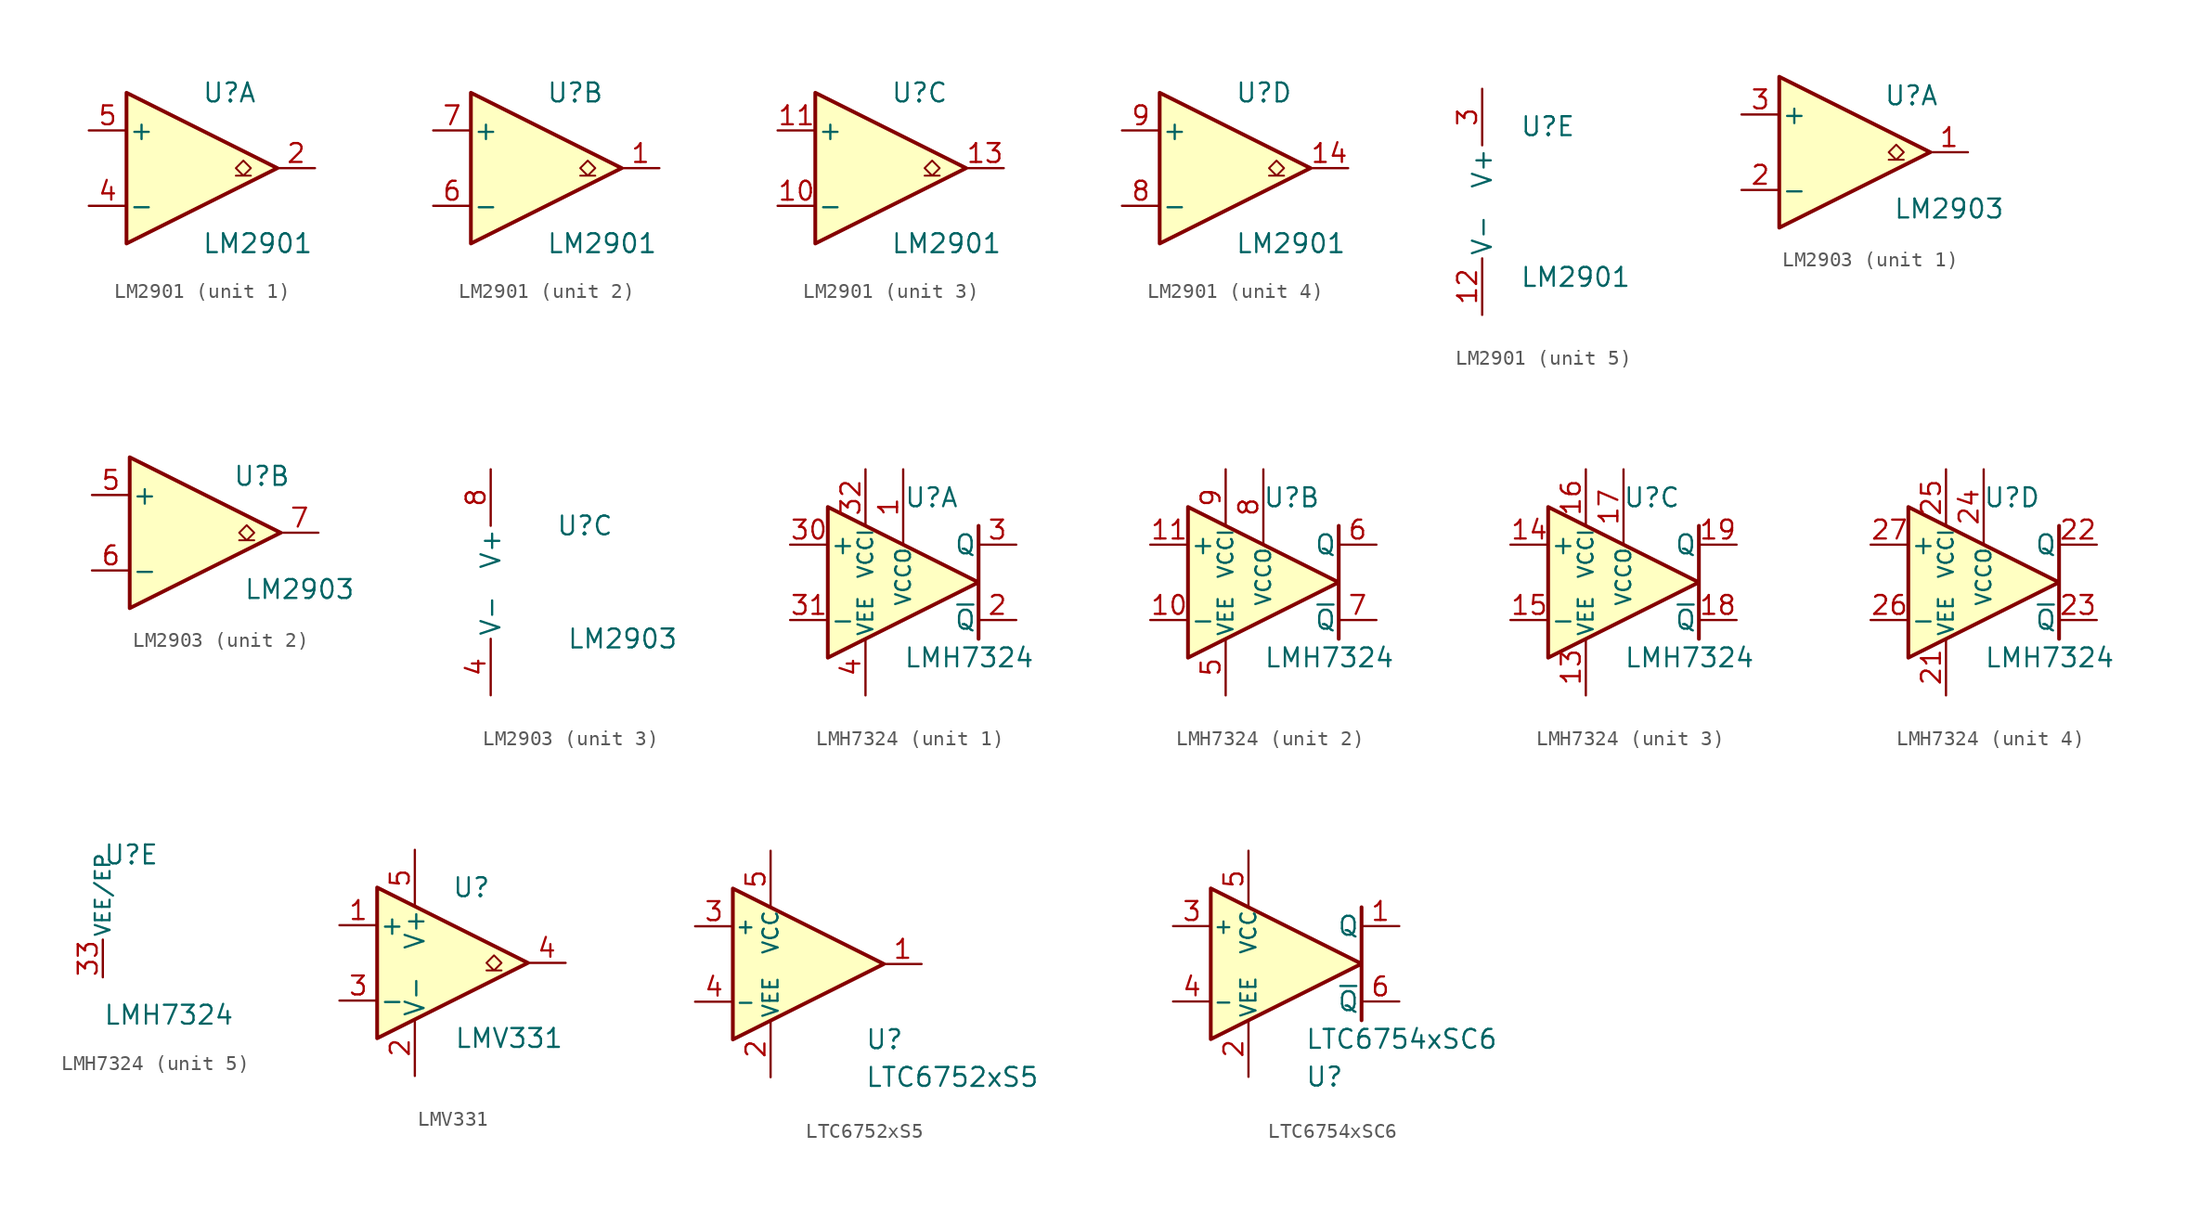
<source format=kicad_sym>
(kicad_symbol_lib
  (version 20231120)
  (generator "kicad_symbol_editor")
  (generator_version "8.0")
  (symbol "LM2901"
    (pin_names
      (offset 0.127))
    (property "Reference" "U"
      (at 0 5.08 0)
      (effects (font (size 1.27 1.27)) (justify left)))
    (property "Value" "LM2901"
      (at 0 -5.08 0)
      (effects (font (size 1.27 1.27)) (justify left)))
    (property "ki_locked" ""
      (at 0 0 0)
      (effects (font (size 1.27 1.27))))
    (symbol "LM2901_1_1"
      (polyline (pts (xy -5.08 5.08) (xy 5.08 0) (xy -5.08 -5.08) (xy -5.08 5.08)) (stroke (width 0.254) (type default)) (fill (type background)))
      (polyline (pts (xy 3.302 -0.508) (xy 2.794 -0.508) (xy 3.302 0) (xy 2.794 0.508) (xy 2.286 0) (xy 2.794 -0.508) (xy 2.286 -0.508)) (stroke (width 0.127) (type default)) (fill (type none)))
      (pin open_collector line (at 7.62 0 180) (length 2.54) (name "~" (effects (font (size 1.27 1.27)))) (number "2" (effects (font (size 1.27 1.27)))))
      (pin input line (at -7.62 -2.54 0) (length 2.54) (name "-" (effects (font (size 1.27 1.27)))) (number "4" (effects (font (size 1.27 1.27)))))
      (pin input line (at -7.62 2.54 0) (length 2.54) (name "+" (effects (font (size 1.27 1.27)))) (number "5" (effects (font (size 1.27 1.27))))))
    (symbol "LM2901_2_1"
      (polyline (pts (xy -5.08 5.08) (xy 5.08 0) (xy -5.08 -5.08) (xy -5.08 5.08)) (stroke (width 0.254) (type default)) (fill (type background)))
      (polyline (pts (xy 3.302 -0.508) (xy 2.794 -0.508) (xy 3.302 0) (xy 2.794 0.508) (xy 2.286 0) (xy 2.794 -0.508) (xy 2.286 -0.508)) (stroke (width 0.127) (type default)) (fill (type none)))
      (pin open_collector line (at 7.62 0 180) (length 2.54) (name "~" (effects (font (size 1.27 1.27)))) (number "1" (effects (font (size 1.27 1.27)))))
      (pin input line (at -7.62 -2.54 0) (length 2.54) (name "-" (effects (font (size 1.27 1.27)))) (number "6" (effects (font (size 1.27 1.27)))))
      (pin input line (at -7.62 2.54 0) (length 2.54) (name "+" (effects (font (size 1.27 1.27)))) (number "7" (effects (font (size 1.27 1.27))))))
    (symbol "LM2901_3_1"
      (polyline (pts (xy -5.08 5.08) (xy 5.08 0) (xy -5.08 -5.08) (xy -5.08 5.08)) (stroke (width 0.254) (type default)) (fill (type background)))
      (polyline (pts (xy 3.302 -0.508) (xy 2.794 -0.508) (xy 3.302 0) (xy 2.794 0.508) (xy 2.286 0) (xy 2.794 -0.508) (xy 2.286 -0.508)) (stroke (width 0.127) (type default)) (fill (type none)))
      (pin input line (at -7.62 -2.54 0) (length 2.54) (name "-" (effects (font (size 1.27 1.27)))) (number "10" (effects (font (size 1.27 1.27)))))
      (pin input line (at -7.62 2.54 0) (length 2.54) (name "+" (effects (font (size 1.27 1.27)))) (number "11" (effects (font (size 1.27 1.27)))))
      (pin open_collector line (at 7.62 0 180) (length 2.54) (name "~" (effects (font (size 1.27 1.27)))) (number "13" (effects (font (size 1.27 1.27))))))
    (symbol "LM2901_4_1"
      (polyline (pts (xy -5.08 5.08) (xy 5.08 0) (xy -5.08 -5.08) (xy -5.08 5.08)) (stroke (width 0.254) (type default)) (fill (type background)))
      (polyline (pts (xy 3.302 -0.508) (xy 2.794 -0.508) (xy 3.302 0) (xy 2.794 0.508) (xy 2.286 0) (xy 2.794 -0.508) (xy 2.286 -0.508)) (stroke (width 0.127) (type default)) (fill (type none)))
      (pin open_collector line (at 7.62 0 180) (length 2.54) (name "~" (effects (font (size 1.27 1.27)))) (number "14" (effects (font (size 1.27 1.27)))))
      (pin input line (at -7.62 -2.54 0) (length 2.54) (name "-" (effects (font (size 1.27 1.27)))) (number "8" (effects (font (size 1.27 1.27)))))
      (pin input line (at -7.62 2.54 0) (length 2.54) (name "+" (effects (font (size 1.27 1.27)))) (number "9" (effects (font (size 1.27 1.27))))))
    (symbol "LM2901_5_1"
      (pin power_in line (at -2.54 -7.62 90) (length 3.81) (name "V-" (effects (font (size 1.27 1.27)))) (number "12" (effects (font (size 1.27 1.27)))))
      (pin power_in line (at -2.54 7.62 270) (length 3.81) (name "V+" (effects (font (size 1.27 1.27)))) (number "3" (effects (font (size 1.27 1.27)))))))
  (symbol "LM2903"
    (pin_names
      (offset 0.127))
    (property "Reference" "U"
      (at 3.81 3.81 0)
      (effects (font (size 1.27 1.27))))
    (property "Value" "LM2903"
      (at 6.35 -3.81 0)
      (effects (font (size 1.27 1.27))))
    (property "ki_locked" ""
      (at 0 0 0)
      (effects (font (size 1.27 1.27))))
    (symbol "LM2903_1_1"
      (polyline (pts (xy -5.08 5.08) (xy 5.08 0) (xy -5.08 -5.08) (xy -5.08 5.08)) (stroke (width 0.254) (type default)) (fill (type background)))
      (polyline (pts (xy 3.302 -0.508) (xy 2.794 -0.508) (xy 3.302 0) (xy 2.794 0.508) (xy 2.286 0) (xy 2.794 -0.508) (xy 2.286 -0.508)) (stroke (width 0.127) (type default)) (fill (type none)))
      (pin open_collector line (at 7.62 0 180) (length 2.54) (name "~" (effects (font (size 1.27 1.27)))) (number "1" (effects (font (size 1.27 1.27)))))
      (pin input line (at -7.62 -2.54 0) (length 2.54) (name "-" (effects (font (size 1.27 1.27)))) (number "2" (effects (font (size 1.27 1.27)))))
      (pin input line (at -7.62 2.54 0) (length 2.54) (name "+" (effects (font (size 1.27 1.27)))) (number "3" (effects (font (size 1.27 1.27))))))
    (symbol "LM2903_2_1"
      (polyline (pts (xy -5.08 5.08) (xy 5.08 0) (xy -5.08 -5.08) (xy -5.08 5.08)) (stroke (width 0.254) (type default)) (fill (type background)))
      (polyline (pts (xy 3.302 -0.508) (xy 2.794 -0.508) (xy 3.302 0) (xy 2.794 0.508) (xy 2.286 0) (xy 2.794 -0.508) (xy 2.286 -0.508)) (stroke (width 0.127) (type default)) (fill (type none)))
      (pin input line (at -7.62 2.54 0) (length 2.54) (name "+" (effects (font (size 1.27 1.27)))) (number "5" (effects (font (size 1.27 1.27)))))
      (pin input line (at -7.62 -2.54 0) (length 2.54) (name "-" (effects (font (size 1.27 1.27)))) (number "6" (effects (font (size 1.27 1.27)))))
      (pin open_collector line (at 7.62 0 180) (length 2.54) (name "~" (effects (font (size 1.27 1.27)))) (number "7" (effects (font (size 1.27 1.27))))))
    (symbol "LM2903_3_1"
      (pin power_in line (at -2.54 -7.62 90) (length 3.81) (name "V-" (effects (font (size 1.27 1.27)))) (number "4" (effects (font (size 1.27 1.27)))))
      (pin power_in line (at -2.54 7.62 270) (length 3.81) (name "V+" (effects (font (size 1.27 1.27)))) (number "8" (effects (font (size 1.27 1.27)))))))
  (symbol "LMH7324"
    (pin_names
      (offset 0.127))
    (property "Reference" "U"
      (at 1.905 5.715 0)
      (effects (font (size 1.27 1.27))))
    (property "Value" "LMH7324"
      (at 4.445 -5.08 0)
      (effects (font (size 1.27 1.27))))
    (property "ki_locked" ""
      (at 0 0 0)
      (effects (font (size 1.27 1.27))))
    (symbol "LMH7324_1_1"
      (polyline (pts (xy 5.08 3.81) (xy 5.08 0) (xy -5.08 5.08) (xy -5.08 -5.08) (xy 5.08 0) (xy 5.08 -3.81)) (stroke (width 0.254) (type default)) (fill (type background)))
      (pin power_in line (at 0 7.62 270) (length 5.08) (name "VCCO" (effects (font (size 0.991 0.991)))) (number "1" (effects (font (size 1.27 1.27)))))
      (pin output line (at 7.62 -2.54 180) (length 2.54) (name "~{Q}" (effects (font (size 1.27 1.27)))) (number "2" (effects (font (size 1.27 1.27)))))
      (pin passive line (at -2.54 -7.62 90) (length 3.81) hide (name "VEE" (effects (font (size 0.991 0.991)))) (number "29" (effects (font (size 1.27 1.27)))))
      (pin output line (at 7.62 2.54 180) (length 2.54) (name "Q" (effects (font (size 1.27 1.27)))) (number "3" (effects (font (size 1.27 1.27)))))
      (pin input line (at -7.62 2.54 0) (length 2.54) (name "+" (effects (font (size 1.27 1.27)))) (number "30" (effects (font (size 1.27 1.27)))))
      (pin input line (at -7.62 -2.54 0) (length 2.54) (name "-" (effects (font (size 1.27 1.27)))) (number "31" (effects (font (size 1.27 1.27)))))
      (pin power_in line (at -2.54 7.62 270) (length 3.81) (name "VCCI" (effects (font (size 0.991 0.991)))) (number "32" (effects (font (size 1.27 1.27)))))
      (pin power_in line (at -2.54 -7.62 90) (length 3.81) (name "VEE" (effects (font (size 0.991 0.991)))) (number "4" (effects (font (size 1.27 1.27))))))
    (symbol "LMH7324_2_1"
      (polyline (pts (xy 5.08 3.81) (xy 5.08 0) (xy -5.08 5.08) (xy -5.08 -5.08) (xy 5.08 0) (xy 5.08 -3.81)) (stroke (width 0.254) (type default)) (fill (type background)))
      (pin input line (at -7.62 -2.54 0) (length 2.54) (name "-" (effects (font (size 1.27 1.27)))) (number "10" (effects (font (size 1.27 1.27)))))
      (pin input line (at -7.62 2.54 0) (length 2.54) (name "+" (effects (font (size 1.27 1.27)))) (number "11" (effects (font (size 1.27 1.27)))))
      (pin passive line (at -2.54 -7.62 90) (length 3.81) hide (name "VEE" (effects (font (size 0.991 0.991)))) (number "12" (effects (font (size 1.27 1.27)))))
      (pin power_in line (at -2.54 -7.62 90) (length 3.81) (name "VEE" (effects (font (size 0.991 0.991)))) (number "5" (effects (font (size 1.27 1.27)))))
      (pin output line (at 7.62 2.54 180) (length 2.54) (name "Q" (effects (font (size 1.27 1.27)))) (number "6" (effects (font (size 1.27 1.27)))))
      (pin output line (at 7.62 -2.54 180) (length 2.54) (name "~{Q}" (effects (font (size 1.27 1.27)))) (number "7" (effects (font (size 1.27 1.27)))))
      (pin power_in line (at 0 7.62 270) (length 5.08) (name "VCCO" (effects (font (size 0.991 0.991)))) (number "8" (effects (font (size 1.27 1.27)))))
      (pin power_in line (at -2.54 7.62 270) (length 3.81) (name "VCCI" (effects (font (size 0.991 0.991)))) (number "9" (effects (font (size 1.27 1.27))))))
    (symbol "LMH7324_3_1"
      (polyline (pts (xy 5.08 3.81) (xy 5.08 0) (xy -5.08 5.08) (xy -5.08 -5.08) (xy 5.08 0) (xy 5.08 -3.81)) (stroke (width 0.254) (type default)) (fill (type background)))
      (pin power_in line (at -2.54 -7.62 90) (length 3.81) (name "VEE" (effects (font (size 0.991 0.991)))) (number "13" (effects (font (size 1.27 1.27)))))
      (pin input line (at -7.62 2.54 0) (length 2.54) (name "+" (effects (font (size 1.27 1.27)))) (number "14" (effects (font (size 1.27 1.27)))))
      (pin input line (at -7.62 -2.54 0) (length 2.54) (name "-" (effects (font (size 1.27 1.27)))) (number "15" (effects (font (size 1.27 1.27)))))
      (pin power_in line (at -2.54 7.62 270) (length 3.81) (name "VCCI" (effects (font (size 0.991 0.991)))) (number "16" (effects (font (size 1.27 1.27)))))
      (pin power_in line (at 0 7.62 270) (length 5.08) (name "VCCO" (effects (font (size 0.991 0.991)))) (number "17" (effects (font (size 1.27 1.27)))))
      (pin output line (at 7.62 -2.54 180) (length 2.54) (name "~{Q}" (effects (font (size 1.27 1.27)))) (number "18" (effects (font (size 1.27 1.27)))))
      (pin output line (at 7.62 2.54 180) (length 2.54) (name "Q" (effects (font (size 1.27 1.27)))) (number "19" (effects (font (size 1.27 1.27)))))
      (pin passive line (at -2.54 -7.62 90) (length 3.81) hide (name "VEE" (effects (font (size 0.991 0.991)))) (number "20" (effects (font (size 1.27 1.27))))))
    (symbol "LMH7324_4_1"
      (polyline (pts (xy 5.08 3.81) (xy 5.08 0) (xy -5.08 5.08) (xy -5.08 -5.08) (xy 5.08 0) (xy 5.08 -3.81)) (stroke (width 0.254) (type default)) (fill (type background)))
      (pin power_in line (at -2.54 -7.62 90) (length 3.81) (name "VEE" (effects (font (size 0.991 0.991)))) (number "21" (effects (font (size 1.27 1.27)))))
      (pin output line (at 7.62 2.54 180) (length 2.54) (name "Q" (effects (font (size 1.27 1.27)))) (number "22" (effects (font (size 1.27 1.27)))))
      (pin output line (at 7.62 -2.54 180) (length 2.54) (name "~{Q}" (effects (font (size 1.27 1.27)))) (number "23" (effects (font (size 1.27 1.27)))))
      (pin power_in line (at 0 7.62 270) (length 5.08) (name "VCCO" (effects (font (size 0.991 0.991)))) (number "24" (effects (font (size 1.27 1.27)))))
      (pin power_in line (at -2.54 7.62 270) (length 3.81) (name "VCCI" (effects (font (size 0.991 0.991)))) (number "25" (effects (font (size 1.27 1.27)))))
      (pin input line (at -7.62 -2.54 0) (length 2.54) (name "-" (effects (font (size 1.27 1.27)))) (number "26" (effects (font (size 1.27 1.27)))))
      (pin input line (at -7.62 2.54 0) (length 2.54) (name "+" (effects (font (size 1.27 1.27)))) (number "27" (effects (font (size 1.27 1.27)))))
      (pin passive line (at -2.54 -7.62 90) (length 3.81) hide (name "VEE" (effects (font (size 0.991 0.991)))) (number "28" (effects (font (size 1.27 1.27))))))
    (symbol "LMH7324_5_1"
      (pin power_in line (at 0 -2.54 90) (length 2.54) (name "VEE/EP" (effects (font (size 0.991 0.991)))) (number "33" (effects (font (size 1.27 1.27)))))))
  (symbol "LMV331"
    (pin_names
      (offset 0.127))
    (property "Reference" "U"
      (at 1.27 5.08 0)
      (effects (font (size 1.27 1.27))))
    (property "Value" "LMV331"
      (at 3.81 -5.08 0)
      (effects (font (size 1.27 1.27))))
    (symbol "LMV331_0_1"
      (polyline (pts (xy -5.08 5.08) (xy 5.08 0) (xy -5.08 -5.08) (xy -5.08 5.08)) (stroke (width 0.254) (type default)) (fill (type background)))
      (polyline (pts (xy 3.302 -0.508) (xy 2.794 -0.508) (xy 3.302 0) (xy 2.794 0.508) (xy 2.286 0) (xy 2.794 -0.508) (xy 2.286 -0.508)) (stroke (width 0.127) (type default)) (fill (type none))))
    (symbol "LMV331_1_1"
      (pin input line (at -7.62 2.54 0) (length 2.54) (name "+" (effects (font (size 1.27 1.27)))) (number "1" (effects (font (size 1.27 1.27)))))
      (pin power_in line (at -2.54 -7.62 90) (length 3.81) (name "V-" (effects (font (size 1.27 1.27)))) (number "2" (effects (font (size 1.27 1.27)))))
      (pin input line (at -7.62 -2.54 0) (length 2.54) (name "-" (effects (font (size 1.27 1.27)))) (number "3" (effects (font (size 1.27 1.27)))))
      (pin open_collector line (at 7.62 0 180) (length 2.54) (name "~" (effects (font (size 1.27 1.27)))) (number "4" (effects (font (size 1.27 1.27)))))
      (pin power_in line (at -2.54 7.62 270) (length 3.81) (name "V+" (effects (font (size 1.27 1.27)))) (number "5" (effects (font (size 1.27 1.27)))))))
  (symbol "LTC6752xS5"
    (pin_names
      (offset 0.127))
    (property "Reference" "U"
      (at 3.81 -5.08 0)
      (effects (font (size 1.27 1.27)) (justify left)))
    (property "Value" "LTC6752xS5"
      (at 3.81 -7.62 0)
      (effects (font (size 1.27 1.27)) (justify left)))
    (symbol "LTC6752xS5_1_1"
      (polyline (pts (xy -5.08 5.08) (xy 5.08 0) (xy -5.08 -5.08) (xy -5.08 5.08)) (stroke (width 0.254) (type default)) (fill (type background)))
      (pin output line (at 7.62 0 180) (length 2.54) (name "~" (effects (font (size 1.27 1.27)))) (number "1" (effects (font (size 1.27 1.27)))))
      (pin power_in line (at -2.54 -7.62 90) (length 3.81) (name "VEE" (effects (font (size 1.016 1.016)))) (number "2" (effects (font (size 1.27 1.27)))))
      (pin input line (at -7.62 2.54 0) (length 2.54) (name "+" (effects (font (size 1.016 1.016)))) (number "3" (effects (font (size 1.27 1.27)))))
      (pin input line (at -7.62 -2.54 0) (length 2.54) (name "-" (effects (font (size 1.016 1.016)))) (number "4" (effects (font (size 1.27 1.27)))))
      (pin power_in line (at -2.54 7.62 270) (length 3.81) (name "VCC" (effects (font (size 1.016 1.016)))) (number "5" (effects (font (size 1.27 1.27)))))))
  (symbol "LTC6754xSC6"
    (pin_names
      (offset 0.127))
    (property "Reference" "U"
      (at 1.27 -7.62 0)
      (effects (font (size 1.27 1.27)) (justify left)))
    (property "Value" "LTC6754xSC6"
      (at 1.27 -5.08 0)
      (effects (font (size 1.27 1.27)) (justify left)))
    (symbol "LTC6754xSC6_0_1"
      (polyline (pts (xy 5.08 3.81) (xy 5.08 0) (xy -5.08 5.08) (xy -5.08 -5.08) (xy 5.08 0) (xy 5.08 -3.81)) (stroke (width 0.254) (type default)) (fill (type background))))
    (symbol "LTC6754xSC6_1_1"
      (pin output line (at 7.62 2.54 180) (length 2.54) (name "Q" (effects (font (size 1.27 1.27)))) (number "1" (effects (font (size 1.27 1.27)))))
      (pin power_in line (at -2.54 -7.62 90) (length 3.81) (name "VEE" (effects (font (size 1.016 1.016)))) (number "2" (effects (font (size 1.27 1.27)))))
      (pin input line (at -7.62 2.54 0) (length 2.54) (name "+" (effects (font (size 1.016 1.016)))) (number "3" (effects (font (size 1.27 1.27)))))
      (pin input line (at -7.62 -2.54 0) (length 2.54) (name "-" (effects (font (size 1.016 1.016)))) (number "4" (effects (font (size 1.27 1.27)))))
      (pin power_in line (at -2.54 7.62 270) (length 3.81) (name "VCC" (effects (font (size 1.016 1.016)))) (number "5" (effects (font (size 1.27 1.27)))))
      (pin output line (at 7.62 -2.54 180) (length 2.54) (name "~{Q}" (effects (font (size 1.27 1.27)))) (number "6" (effects (font (size 1.27 1.27))))))))
</source>
